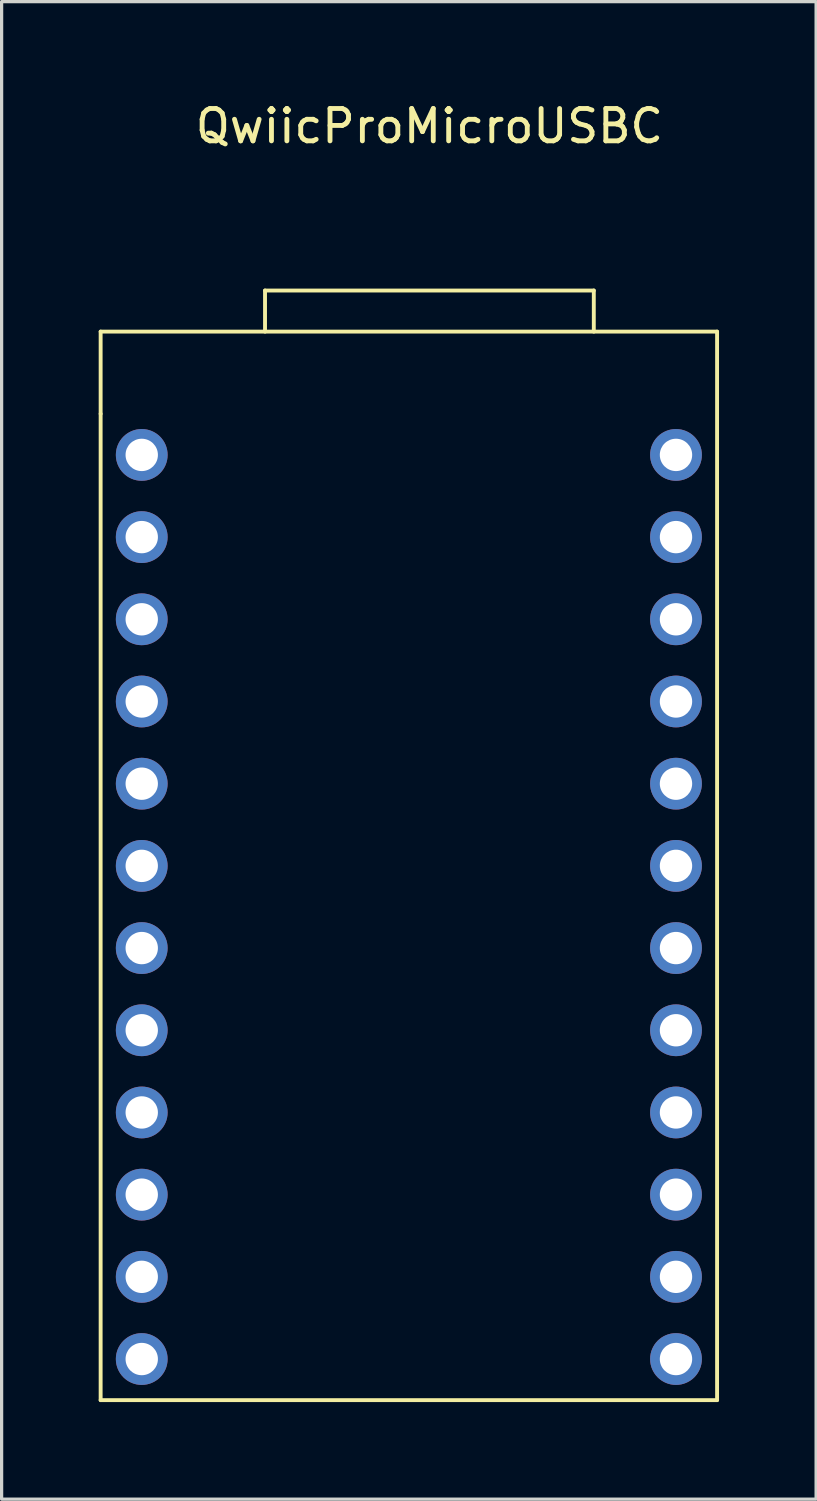
<source format=kicad_pcb>
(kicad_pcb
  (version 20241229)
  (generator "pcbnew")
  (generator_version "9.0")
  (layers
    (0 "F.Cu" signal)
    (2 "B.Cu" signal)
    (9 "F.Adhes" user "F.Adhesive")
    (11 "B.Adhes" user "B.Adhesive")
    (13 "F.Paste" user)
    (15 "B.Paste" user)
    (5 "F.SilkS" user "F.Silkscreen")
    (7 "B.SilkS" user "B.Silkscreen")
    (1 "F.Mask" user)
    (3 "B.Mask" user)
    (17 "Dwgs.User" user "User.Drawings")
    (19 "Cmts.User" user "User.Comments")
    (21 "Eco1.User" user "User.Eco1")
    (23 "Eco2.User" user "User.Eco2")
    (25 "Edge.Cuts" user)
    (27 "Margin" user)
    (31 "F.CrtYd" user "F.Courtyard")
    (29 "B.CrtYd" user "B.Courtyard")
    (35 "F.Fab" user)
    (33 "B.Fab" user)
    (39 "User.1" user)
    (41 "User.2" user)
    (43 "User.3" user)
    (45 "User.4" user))
  (footprint "QwiicProMicroUSBC"
    (layer "F.Cu")
    (at 10.22 8.468)
    (property "Reference" "QwiicProMicroUSBC" (at 0 -7.62 0) (layer "F.SilkS") (effects (font (size 1 1) (thickness 0.15))))
    (attr through_hole)
    (fp_line (start -10.16 -1.27) (end -10.16 1.27) (stroke (width 0.12) (type solid)) (layer "F.SilkS"))
    (fp_line (start -10.16 1.27) (end -10.16 31.75) (stroke (width 0.12) (type solid)) (layer "F.SilkS"))
    (fp_line (start -10.16 31.75) (end 8.89 31.75) (stroke (width 0.12) (type solid)) (layer "F.SilkS"))
    (fp_line (start -5.08 -2.54) (end 5.08 -2.54) (stroke (width 0.12) (type solid)) (layer "F.SilkS"))
    (fp_line (start -5.08 -1.27) (end -5.08 -2.54) (stroke (width 0.12) (type solid)) (layer "F.SilkS"))
    (fp_line (start 5.08 -2.54) (end 5.08 -1.27) (stroke (width 0.12) (type solid)) (layer "F.SilkS"))
    (fp_line (start 8.89 -1.27) (end -10.16 -1.27) (stroke (width 0.12) (type solid)) (layer "F.SilkS"))
    (fp_line (start 8.89 31.75) (end 8.89 -1.27) (stroke (width 0.12) (type solid)) (layer "F.SilkS"))
    (pad "0" thru_hole oval (at -8.89 2.54) (size 1.6 1.6) (drill 1) (layers "*.Cu" "*.Mask"))
    (pad "1" thru_hole oval (at -8.89 5.08) (size 1.6 1.6) (drill 1) (layers "*.Cu" "*.Mask"))
    (pad "2" thru_hole oval (at -8.89 7.62) (size 1.6 1.6) (drill 1) (layers "*.Cu" "*.Mask"))
    (pad "3" thru_hole oval (at -8.89 10.16) (size 1.6 1.6) (drill 1) (layers "*.Cu" "*.Mask"))
    (pad "4" thru_hole oval (at -8.89 12.7) (size 1.6 1.6) (drill 1) (layers "*.Cu" "*.Mask"))
    (pad "5" thru_hole oval (at -8.89 15.24) (size 1.6 1.6) (drill 1) (layers "*.Cu" "*.Mask"))
    (pad "6" thru_hole oval (at -8.89 17.78) (size 1.6 1.6) (drill 1) (layers "*.Cu" "*.Mask"))
    (pad "7" thru_hole oval (at -8.89 20.32) (size 1.6 1.6) (drill 1) (layers "*.Cu" "*.Mask"))
    (pad "8" thru_hole oval (at -8.89 22.86) (size 1.6 1.6) (drill 1) (layers "*.Cu" "*.Mask"))
    (pad "9" thru_hole oval (at -8.89 25.4) (size 1.6 1.6) (drill 1) (layers "*.Cu" "*.Mask"))
    (pad "10" thru_hole oval (at -8.89 27.94) (size 1.6 1.6) (drill 1) (layers "*.Cu" "*.Mask"))
    (pad "11" thru_hole oval (at -8.89 30.48) (size 1.6 1.6) (drill 1) (layers "*.Cu" "*.Mask"))
    (pad "12" thru_hole oval (at 7.62 2.54) (size 1.6 1.6) (drill 1) (layers "*.Cu" "*.Mask"))
    (pad "13" thru_hole oval (at 7.62 5.08) (size 1.6 1.6) (drill 1) (layers "*.Cu" "*.Mask"))
    (pad "14" thru_hole oval (at 7.62 7.62) (size 1.6 1.6) (drill 1) (layers "*.Cu" "*.Mask"))
    (pad "15" thru_hole oval (at 7.62 10.16) (size 1.6 1.6) (drill 1) (layers "*.Cu" "*.Mask"))
    (pad "16" thru_hole oval (at 7.62 12.7) (size 1.6 1.6) (drill 1) (layers "*.Cu" "*.Mask"))
    (pad "17" thru_hole oval (at 7.62 15.24) (size 1.6 1.6) (drill 1) (layers "*.Cu" "*.Mask"))
    (pad "18" thru_hole oval (at 7.62 17.78) (size 1.6 1.6) (drill 1) (layers "*.Cu" "*.Mask"))
    (pad "19" thru_hole oval (at 7.62 20.32) (size 1.6 1.6) (drill 1) (layers "*.Cu" "*.Mask"))
    (pad "20" thru_hole oval (at 7.62 22.86) (size 1.6 1.6) (drill 1) (layers "*.Cu" "*.Mask"))
    (pad "21" thru_hole oval (at 7.62 25.4) (size 1.6 1.6) (drill 1) (layers "*.Cu" "*.Mask"))
    (pad "22" thru_hole oval (at 7.62 27.94) (size 1.6 1.6) (drill 1) (layers "*.Cu" "*.Mask"))
    (pad "23" thru_hole oval (at 7.62 30.48) (size 1.6 1.6) (drill 1) (layers "*.Cu" "*.Mask")))
  (gr_rect
    (start -3 -3)
    (end 22.17 43.278)
    (stroke (width 0.1) (type default))
    (fill no)
    (layer "Edge.Cuts")))
</source>
